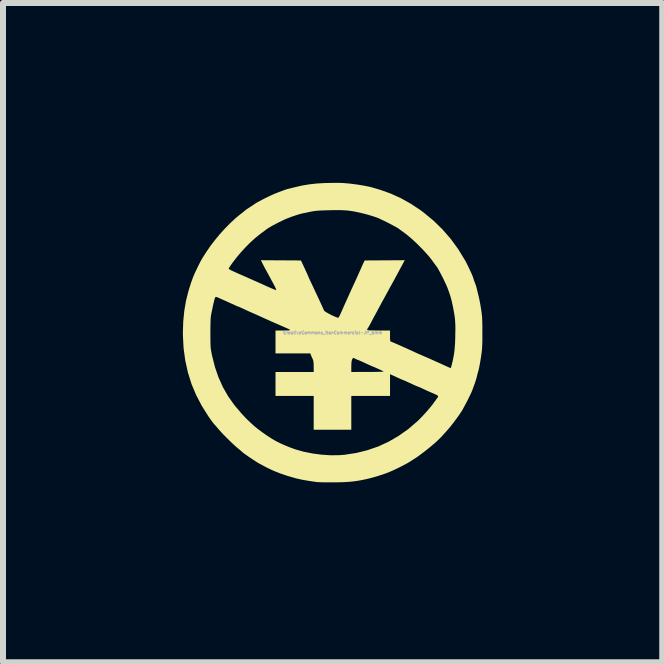
<source format=kicad_pcb>
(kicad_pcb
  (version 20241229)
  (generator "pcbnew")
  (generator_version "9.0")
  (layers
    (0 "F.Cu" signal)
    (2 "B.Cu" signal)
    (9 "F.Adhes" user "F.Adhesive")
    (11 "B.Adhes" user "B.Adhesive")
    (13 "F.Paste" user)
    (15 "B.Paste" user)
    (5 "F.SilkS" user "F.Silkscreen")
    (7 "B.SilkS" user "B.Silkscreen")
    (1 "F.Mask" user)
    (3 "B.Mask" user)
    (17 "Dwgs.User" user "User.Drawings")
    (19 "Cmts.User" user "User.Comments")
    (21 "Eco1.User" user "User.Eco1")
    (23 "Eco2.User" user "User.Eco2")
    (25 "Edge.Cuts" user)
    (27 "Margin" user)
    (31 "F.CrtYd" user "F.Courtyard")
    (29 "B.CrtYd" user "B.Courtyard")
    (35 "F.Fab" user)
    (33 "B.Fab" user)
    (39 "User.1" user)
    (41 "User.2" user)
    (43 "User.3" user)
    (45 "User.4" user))
  (footprint "CreativeCommons_NonCommercial-JP_5mm"
    (layer "F.Cu")
    (at 2.5 2.499)
    (property "Reference" "CreativeCommons_NonCommercial-JP_5mm" (at 0 0 0) (layer "F.Fab") (effects (font (size 0.05 0.05) (thickness 0.013))))
    (attr board_only exclude_from_pos_files exclude_from_bom)
    (fp_poly (pts (xy 0.101 -2.499) (xy 0.166 -2.497) (xy 0.228 -2.492) (xy 0.294 -2.486) (xy 0.368 -2.476) (xy 0.427 -2.468) (xy 0.5 -2.456) (xy 0.565 -2.444) (xy 0.627 -2.431) (xy 0.691 -2.413) (xy 0.765 -2.391) (xy 0.795 -2.382) (xy 0.968 -2.32) (xy 1.135 -2.244) (xy 1.298 -2.153) (xy 1.459 -2.047) (xy 1.515 -2.005) (xy 1.677 -1.872) (xy 1.828 -1.725) (xy 1.967 -1.565) (xy 2.092 -1.394) (xy 2.203 -1.212) (xy 2.21 -1.201) (xy 2.229 -1.165) (xy 2.25 -1.122) (xy 2.272 -1.076) (xy 2.294 -1.03) (xy 2.314 -0.986) (xy 2.33 -0.949) (xy 2.341 -0.921) (xy 2.345 -0.906) (xy 2.345 -0.906) (xy 2.349 -0.893) (xy 2.357 -0.869) (xy 2.368 -0.839) (xy 2.382 -0.803) (xy 2.394 -0.766) (xy 2.4 -0.743) (xy 2.406 -0.717) (xy 2.415 -0.68) (xy 2.426 -0.637) (xy 2.431 -0.618) (xy 2.44 -0.577) (xy 2.451 -0.524) (xy 2.462 -0.465) (xy 2.472 -0.406) (xy 2.474 -0.391) (xy 2.481 -0.345) (xy 2.486 -0.302) (xy 2.49 -0.26) (xy 2.492 -0.215) (xy 2.494 -0.164) (xy 2.495 -0.103) (xy 2.495 -0.028) (xy 2.495 0.005) (xy 2.495 0.083) (xy 2.495 0.146) (xy 2.493 0.198) (xy 2.491 0.243) (xy 2.488 0.284) (xy 2.484 0.324) (xy 2.478 0.366) (xy 2.471 0.416) (xy 2.47 0.418) (xy 2.461 0.475) (xy 2.451 0.532) (xy 2.441 0.582) (xy 2.432 0.622) (xy 2.427 0.641) (xy 2.416 0.679) (xy 2.407 0.715) (xy 2.401 0.741) (xy 2.393 0.77) (xy 2.38 0.811) (xy 2.364 0.858) (xy 2.346 0.908) (xy 2.329 0.954) (xy 2.316 0.986) (xy 2.298 1.026) (xy 2.273 1.076) (xy 2.246 1.132) (xy 2.216 1.188) (xy 2.188 1.24) (xy 2.164 1.285) (xy 2.15 1.308) (xy 2.092 1.394) (xy 2.025 1.485) (xy 1.953 1.577) (xy 1.877 1.664) (xy 1.803 1.745) (xy 1.733 1.813) (xy 1.726 1.819) (xy 1.68 1.86) (xy 1.626 1.905) (xy 1.568 1.952) (xy 1.51 1.997) (xy 1.456 2.037) (xy 1.41 2.071) (xy 1.386 2.087) (xy 1.349 2.111) (xy 1.308 2.137) (xy 1.282 2.154) (xy 1.251 2.172) (xy 1.208 2.196) (xy 1.156 2.223) (xy 1.1 2.251) (xy 1.042 2.279) (xy 0.987 2.305) (xy 0.977 2.309) (xy 0.909 2.337) (xy 0.828 2.366) (xy 0.74 2.394) (xy 0.649 2.42) (xy 0.564 2.441) (xy 0.484 2.458) (xy 0.409 2.471) (xy 0.335 2.481) (xy 0.258 2.488) (xy 0.173 2.493) (xy 0.076 2.495) (xy 0.032 2.496) (xy -0.036 2.496) (xy -0.1 2.496) (xy -0.159 2.495) (xy -0.209 2.494) (xy -0.246 2.492) (xy -0.264 2.491) (xy -0.354 2.478) (xy -0.43 2.466) (xy -0.495 2.455) (xy -0.552 2.443) (xy -0.605 2.431) (xy -0.627 2.425) (xy -0.753 2.389) (xy -0.876 2.347) (xy -0.99 2.302) (xy -1.093 2.253) (xy -1.132 2.233) (xy -1.166 2.214) (xy -1.198 2.197) (xy -1.221 2.185) (xy -1.223 2.184) (xy -1.246 2.171) (xy -1.278 2.151) (xy -1.317 2.125) (xy -1.36 2.097) (xy -1.403 2.068) (xy -1.443 2.04) (xy -1.477 2.016) (xy -1.501 1.997) (xy -1.514 1.986) (xy -1.525 1.976) (xy -1.546 1.957) (xy -1.574 1.935) (xy -1.582 1.928) (xy -1.621 1.895) (xy -1.668 1.852) (xy -1.72 1.802) (xy -1.774 1.748) (xy -1.827 1.695) (xy -1.874 1.644) (xy -1.912 1.601) (xy -1.917 1.595) (xy -1.943 1.564) (xy -1.966 1.538) (xy -1.982 1.52) (xy -1.987 1.514) (xy -1.996 1.503) (xy -2.013 1.481) (xy -2.036 1.449) (xy -2.062 1.412) (xy -2.072 1.398) (xy -2.183 1.222) (xy -2.278 1.041) (xy -2.356 0.855) (xy -2.416 0.663) (xy -2.46 0.464) (xy -2.488 0.258) (xy -2.498 0.074) (xy -2.041 0.074) (xy -2.04 0.133) (xy -2.04 0.181) (xy -2.038 0.219) (xy -2.036 0.252) (xy -2.032 0.282) (xy -2.027 0.314) (xy -2.02 0.349) (xy -2.011 0.391) (xy -2.011 0.391) (xy -1.965 0.573) (xy -1.906 0.744) (xy -1.833 0.906) (xy -1.746 1.059) (xy -1.642 1.206) (xy -1.522 1.348) (xy -1.442 1.433) (xy -1.376 1.496) (xy -1.313 1.554) (xy -1.248 1.607) (xy -1.177 1.66) (xy -1.098 1.715) (xy -1.013 1.77) (xy -0.952 1.806) (xy -0.878 1.843) (xy -0.795 1.88) (xy -0.708 1.915) (xy -0.623 1.946) (xy -0.485 1.985) (xy -0.339 2.014) (xy -0.189 2.034) (xy -0.04 2.044) (xy 0.102 2.043) (xy 0.195 2.036) (xy 0.392 2.006) (xy 0.58 1.959) (xy 0.76 1.897) (xy 0.933 1.817) (xy 1.098 1.721) (xy 1.257 1.609) (xy 1.409 1.479) (xy 1.414 1.475) (xy 1.45 1.439) (xy 1.493 1.395) (xy 1.537 1.347) (xy 1.581 1.298) (xy 1.62 1.252) (xy 1.651 1.214) (xy 1.662 1.2) (xy 1.687 1.165) (xy 1.711 1.133) (xy 1.729 1.108) (xy 1.736 1.099) (xy 1.753 1.075) (xy 1.757 1.058) (xy 1.748 1.046) (xy 1.723 1.033) (xy 1.711 1.028) (xy 1.645 0.999) (xy 1.57 0.966) (xy 1.491 0.929) (xy 1.485 0.926) (xy 1.456 0.913) (xy 1.434 0.904) (xy 1.423 0.9) (xy 1.423 0.9) (xy 1.412 0.896) (xy 1.39 0.887) (xy 1.361 0.874) (xy 1.361 0.874) (xy 1.299 0.845) (xy 1.252 0.824) (xy 1.218 0.808) (xy 1.196 0.798) (xy 1.183 0.793) (xy 1.177 0.791) (xy 1.177 0.791) (xy 1.167 0.787) (xy 1.143 0.777) (xy 1.107 0.761) (xy 1.062 0.741) (xy 1.011 0.717) (xy 1.002 0.713) (xy 0.955 0.691) (xy 0.955 1.055) (xy 0.309 1.055) (xy 0.309 1.618) (xy -0.318 1.618) (xy -0.318 1.055) (xy -0.955 1.055) (xy -0.955 0.655) (xy -0.318 0.655) (xy 0.309 0.655) (xy 0.589 0.654) (xy 0.67 0.654) (xy 0.734 0.653) (xy 0.783 0.652) (xy 0.817 0.651) (xy 0.838 0.649) (xy 0.848 0.646) (xy 0.846 0.644) (xy 0.845 0.643) (xy 0.827 0.635) (xy 0.797 0.621) (xy 0.762 0.605) (xy 0.747 0.598) (xy 0.713 0.583) (xy 0.686 0.571) (xy 0.67 0.565) (xy 0.667 0.564) (xy 0.664 0.563) (xy 0.656 0.56) (xy 0.641 0.553) (xy 0.617 0.542) (xy 0.583 0.527) (xy 0.536 0.505) (xy 0.486 0.482) (xy 0.454 0.468) (xy 0.426 0.456) (xy 0.409 0.45) (xy 0.384 0.439) (xy 0.368 0.431) (xy 0.35 0.42) (xy 0.338 0.423) (xy 0.326 0.44) (xy 0.323 0.445) (xy 0.315 0.469) (xy 0.311 0.505) (xy 0.309 0.557) (xy 0.309 0.563) (xy 0.309 0.655) (xy -0.318 0.655) (xy -0.318 0.564) (xy -0.32 0.507) (xy -0.325 0.467) (xy -0.331 0.448) (xy -0.343 0.423) (xy -0.356 0.393) (xy -0.36 0.384) (xy -0.375 0.345) (xy -0.955 0.345) (xy -0.955 -0.036) (xy -0.825 -0.036) (xy -0.771 -0.037) (xy -0.735 -0.038) (xy -0.716 -0.041) (xy -0.713 -0.047) (xy -0.726 -0.056) (xy -0.754 -0.07) (xy -0.791 -0.086) (xy -0.829 -0.103) (xy -0.869 -0.12) (xy -0.895 -0.132) (xy -0.925 -0.145) (xy -0.965 -0.162) (xy -1.006 -0.18) (xy -1.018 -0.185) (xy -1.058 -0.203) (xy -1.095 -0.22) (xy -1.125 -0.233) (xy -1.132 -0.236) (xy -1.175 -0.256) (xy -1.226 -0.279) (xy -1.277 -0.302) (xy -1.313 -0.318) (xy -1.389 -0.351) (xy -1.481 -0.394) (xy -1.507 -0.406) (xy -1.538 -0.42) (xy -1.563 -0.431) (xy -1.577 -0.436) (xy -1.579 -0.436) (xy -1.589 -0.44) (xy -1.611 -0.449) (xy -1.631 -0.459) (xy -1.659 -0.472) (xy -1.698 -0.489) (xy -1.742 -0.509) (xy -1.773 -0.523) (xy -1.815 -0.542) (xy -1.856 -0.56) (xy -1.889 -0.575) (xy -1.907 -0.583) (xy -1.931 -0.593) (xy -1.949 -0.597) (xy -1.954 -0.596) (xy -1.96 -0.59) (xy -1.966 -0.577) (xy -1.973 -0.555) (xy -1.981 -0.523) (xy -1.992 -0.477) (xy -2.005 -0.417) (xy -2.011 -0.386) (xy -2.02 -0.345) (xy -2.027 -0.311) (xy -2.032 -0.28) (xy -2.035 -0.25) (xy -2.038 -0.216) (xy -2.039 -0.177) (xy -2.04 -0.128) (xy -2.041 -0.068) (xy -2.041 0) (xy -2.041 0.074) (xy -2.498 0.074) (xy -2.499 0.044) (xy -2.5 0) (xy -2.494 -0.185) (xy -2.477 -0.361) (xy -2.448 -0.531) (xy -2.406 -0.699) (xy -2.364 -0.832) (xy -2.346 -0.882) (xy -2.33 -0.925) (xy -2.314 -0.965) (xy -2.295 -1.007) (xy -2.271 -1.057) (xy -2.265 -1.07) (xy -1.736 -1.07) (xy -1.733 -1.064) (xy -1.721 -1.055) (xy -1.701 -1.043) (xy -1.669 -1.028) (xy -1.625 -1.008) (xy -1.567 -0.982) (xy -1.5 -0.953) (xy -1.466 -0.938) (xy -1.431 -0.923) (xy -1.423 -0.919) (xy -1.398 -0.907) (xy -1.362 -0.892) (xy -1.323 -0.874) (xy -1.309 -0.868) (xy -1.27 -0.851) (xy -1.232 -0.834) (xy -1.203 -0.821) (xy -1.195 -0.818) (xy -1.137 -0.791) (xy -1.082 -0.766) (xy -1.033 -0.745) (xy -0.993 -0.728) (xy -0.963 -0.716) (xy -0.947 -0.711) (xy -0.945 -0.711) (xy -0.943 -0.714) (xy -0.944 -0.72) (xy -0.949 -0.733) (xy -0.957 -0.752) (xy -0.971 -0.779) (xy -0.99 -0.816) (xy -1.016 -0.864) (xy -1.048 -0.924) (xy -1.089 -0.999) (xy -1.109 -1.036) (xy -1.132 -1.078) (xy -1.153 -1.118) (xy -1.17 -1.151) (xy -1.18 -1.171) (xy -1.198 -1.209) (xy -0.865 -1.207) (xy -0.532 -1.205) (xy -0.516 -1.173) (xy -0.501 -1.142) (xy -0.484 -1.105) (xy -0.465 -1.065) (xy -0.447 -1.025) (xy -0.43 -0.989) (xy -0.418 -0.961) (xy -0.41 -0.944) (xy -0.409 -0.94) (xy -0.408 -0.937) (xy -0.404 -0.927) (xy -0.396 -0.91) (xy -0.385 -0.885) (xy -0.368 -0.849) (xy -0.345 -0.801) (xy -0.316 -0.739) (xy -0.29 -0.684) (xy -0.242 -0.581) (xy -0.2 -0.49) (xy -0.181 -0.45) (xy -0.166 -0.416) (xy -0.153 -0.387) (xy -0.144 -0.368) (xy -0.143 -0.367) (xy -0.132 -0.356) (xy -0.108 -0.341) (xy -0.075 -0.322) (xy -0.036 -0.301) (xy 0.004 -0.282) (xy 0.042 -0.265) (xy 0.074 -0.253) (xy 0.078 -0.251) (xy 0.085 -0.249) (xy 0.092 -0.25) (xy 0.098 -0.256) (xy 0.107 -0.27) (xy 0.119 -0.293) (xy 0.135 -0.328) (xy 0.157 -0.377) (xy 0.161 -0.386) (xy 0.18 -0.429) (xy 0.203 -0.481) (xy 0.229 -0.538) (xy 0.256 -0.598) (xy 0.282 -0.656) (xy 0.306 -0.709) (xy 0.327 -0.755) (xy 0.343 -0.79) (xy 0.35 -0.805) (xy 0.366 -0.839) (xy 0.384 -0.879) (xy 0.396 -0.905) (xy 0.41 -0.936) (xy 0.428 -0.977) (xy 0.449 -1.024) (xy 0.465 -1.059) (xy 0.483 -1.1) (xy 0.5 -1.138) (xy 0.513 -1.166) (xy 0.521 -1.182) (xy 0.533 -1.205) (xy 1.2 -1.209) (xy 1.163 -1.139) (xy 1.14 -1.097) (xy 1.115 -1.05) (xy 1.089 -1.001) (xy 1.063 -0.954) (xy 1.04 -0.911) (xy 1.021 -0.875) (xy 1.006 -0.849) (xy 1 -0.836) (xy 0.992 -0.824) (xy 0.979 -0.798) (xy 0.959 -0.764) (xy 0.937 -0.723) (xy 0.927 -0.705) (xy 0.904 -0.662) (xy 0.883 -0.624) (xy 0.867 -0.594) (xy 0.857 -0.576) (xy 0.855 -0.573) (xy 0.848 -0.56) (xy 0.834 -0.535) (xy 0.815 -0.5) (xy 0.792 -0.457) (xy 0.776 -0.427) (xy 0.75 -0.379) (xy 0.725 -0.332) (xy 0.703 -0.292) (xy 0.686 -0.261) (xy 0.68 -0.25) (xy 0.662 -0.215) (xy 0.641 -0.175) (xy 0.629 -0.153) (xy 0.613 -0.123) (xy 0.597 -0.095) (xy 0.588 -0.081) (xy 0.578 -0.067) (xy 0.574 -0.056) (xy 0.576 -0.048) (xy 0.586 -0.043) (xy 0.607 -0.039) (xy 0.64 -0.037) (xy 0.688 -0.037) (xy 0.751 -0.036) (xy 0.764 -0.036) (xy 0.955 -0.036) (xy 0.955 0.054) (xy 0.955 0.095) (xy 0.956 0.122) (xy 0.959 0.138) (xy 0.964 0.146) (xy 0.973 0.15) (xy 0.975 0.151) (xy 0.994 0.158) (xy 1.023 0.17) (xy 1.05 0.182) (xy 1.085 0.197) (xy 1.128 0.216) (xy 1.172 0.236) (xy 1.182 0.24) (xy 1.223 0.258) (xy 1.264 0.277) (xy 1.297 0.292) (xy 1.305 0.295) (xy 1.401 0.34) (xy 1.485 0.377) (xy 1.527 0.395) (xy 1.562 0.41) (xy 1.606 0.429) (xy 1.652 0.45) (xy 1.677 0.461) (xy 1.721 0.481) (xy 1.764 0.5) (xy 1.802 0.517) (xy 1.818 0.524) (xy 1.856 0.542) (xy 1.895 0.56) (xy 1.914 0.568) (xy 1.94 0.58) (xy 1.959 0.588) (xy 1.965 0.59) (xy 1.97 0.583) (xy 1.977 0.563) (xy 1.98 0.552) (xy 2 0.471) (xy 2.015 0.396) (xy 2.027 0.324) (xy 2.034 0.25) (xy 2.04 0.168) (xy 2.043 0.074) (xy 2.043 0.047) (xy 2.045 -0.033) (xy 2.045 -0.098) (xy 2.043 -0.155) (xy 2.04 -0.206) (xy 2.035 -0.256) (xy 2.027 -0.309) (xy 2.016 -0.371) (xy 2.004 -0.436) (xy 1.981 -0.539) (xy 1.954 -0.635) (xy 1.919 -0.733) (xy 1.903 -0.773) (xy 1.886 -0.811) (xy 1.864 -0.857) (xy 1.84 -0.908) (xy 1.814 -0.959) (xy 1.788 -1.008) (xy 1.765 -1.05) (xy 1.746 -1.083) (xy 1.735 -1.1) (xy 1.723 -1.116) (xy 1.703 -1.143) (xy 1.677 -1.177) (xy 1.651 -1.214) (xy 1.612 -1.264) (xy 1.561 -1.322) (xy 1.503 -1.385) (xy 1.44 -1.449) (xy 1.376 -1.512) (xy 1.313 -1.569) (xy 1.256 -1.618) (xy 1.214 -1.651) (xy 1.176 -1.679) (xy 1.141 -1.704) (xy 1.113 -1.725) (xy 1.097 -1.737) (xy 1.079 -1.749) (xy 1.048 -1.766) (xy 1.007 -1.788) (xy 0.96 -1.813) (xy 0.91 -1.839) (xy 0.86 -1.864) (xy 0.813 -1.886) (xy 0.774 -1.905) (xy 0.744 -1.918) (xy 0.736 -1.92) (xy 0.669 -1.943) (xy 0.592 -1.966) (xy 0.514 -1.987) (xy 0.443 -2.004) (xy 0.423 -2.008) (xy 0.361 -2.021) (xy 0.307 -2.03) (xy 0.255 -2.037) (xy 0.202 -2.041) (xy 0.144 -2.044) (xy 0.078 -2.044) (xy -0.001 -2.044) (xy -0.048 -2.043) (xy -0.125 -2.041) (xy -0.187 -2.039) (xy -0.237 -2.036) (xy -0.278 -2.033) (xy -0.313 -2.028) (xy -0.346 -2.023) (xy -0.368 -2.018) (xy -0.412 -2.009) (xy -0.454 -2) (xy -0.488 -1.993) (xy -0.5 -1.991) (xy -0.533 -1.983) (xy -0.579 -1.97) (xy -0.631 -1.953) (xy -0.684 -1.935) (xy -0.735 -1.916) (xy -0.777 -1.899) (xy -0.786 -1.896) (xy -0.841 -1.87) (xy -0.898 -1.842) (xy -0.955 -1.813) (xy -1.009 -1.784) (xy -1.055 -1.757) (xy -1.091 -1.735) (xy -1.108 -1.722) (xy -1.121 -1.713) (xy -1.145 -1.694) (xy -1.177 -1.671) (xy -1.214 -1.643) (xy -1.218 -1.64) (xy -1.293 -1.58) (xy -1.372 -1.508) (xy -1.453 -1.427) (xy -1.532 -1.341) (xy -1.606 -1.253) (xy -1.639 -1.21) (xy -1.671 -1.168) (xy -1.698 -1.13) (xy -1.719 -1.099) (xy -1.732 -1.078) (xy -1.736 -1.07) (xy -2.265 -1.07) (xy -2.248 -1.105) (xy -2.227 -1.147) (xy -2.21 -1.181) (xy -2.194 -1.21) (xy -2.177 -1.239) (xy -2.157 -1.271) (xy -2.131 -1.313) (xy -2.11 -1.345) (xy -2.044 -1.442) (xy -1.967 -1.543) (xy -1.884 -1.643) (xy -1.797 -1.739) (xy -1.708 -1.829) (xy -1.622 -1.909) (xy -1.55 -1.969) (xy -1.516 -1.995) (xy -1.488 -2.017) (xy -1.467 -2.034) (xy -1.459 -2.042) (xy -1.448 -2.05) (xy -1.425 -2.066) (xy -1.394 -2.086) (xy -1.373 -2.1) (xy -1.34 -2.121) (xy -1.313 -2.139) (xy -1.295 -2.151) (xy -1.291 -2.155) (xy -1.28 -2.162) (xy -1.256 -2.176) (xy -1.222 -2.194) (xy -1.181 -2.216) (xy -1.136 -2.239) (xy -1.09 -2.262) (xy -1.046 -2.283) (xy -1.008 -2.3) (xy -0.982 -2.312) (xy -0.913 -2.34) (xy -0.85 -2.364) (xy -0.797 -2.383) (xy -0.756 -2.396) (xy -0.736 -2.401) (xy -0.714 -2.406) (xy -0.679 -2.415) (xy -0.638 -2.425) (xy -0.618 -2.43) (xy -0.509 -2.455) (xy -0.395 -2.474) (xy -0.272 -2.488) (xy -0.137 -2.496) (xy -0.056 -2.498) (xy 0.029 -2.499)) (stroke (width 0) (type solid)) (fill yes) (layer "F.SilkS")))
  (gr_rect
    (start -3 -3)
    (end 7.995 7.995)
    (stroke (width 0.1) (type default))
    (fill no)
    (layer "Edge.Cuts")))
</source>
